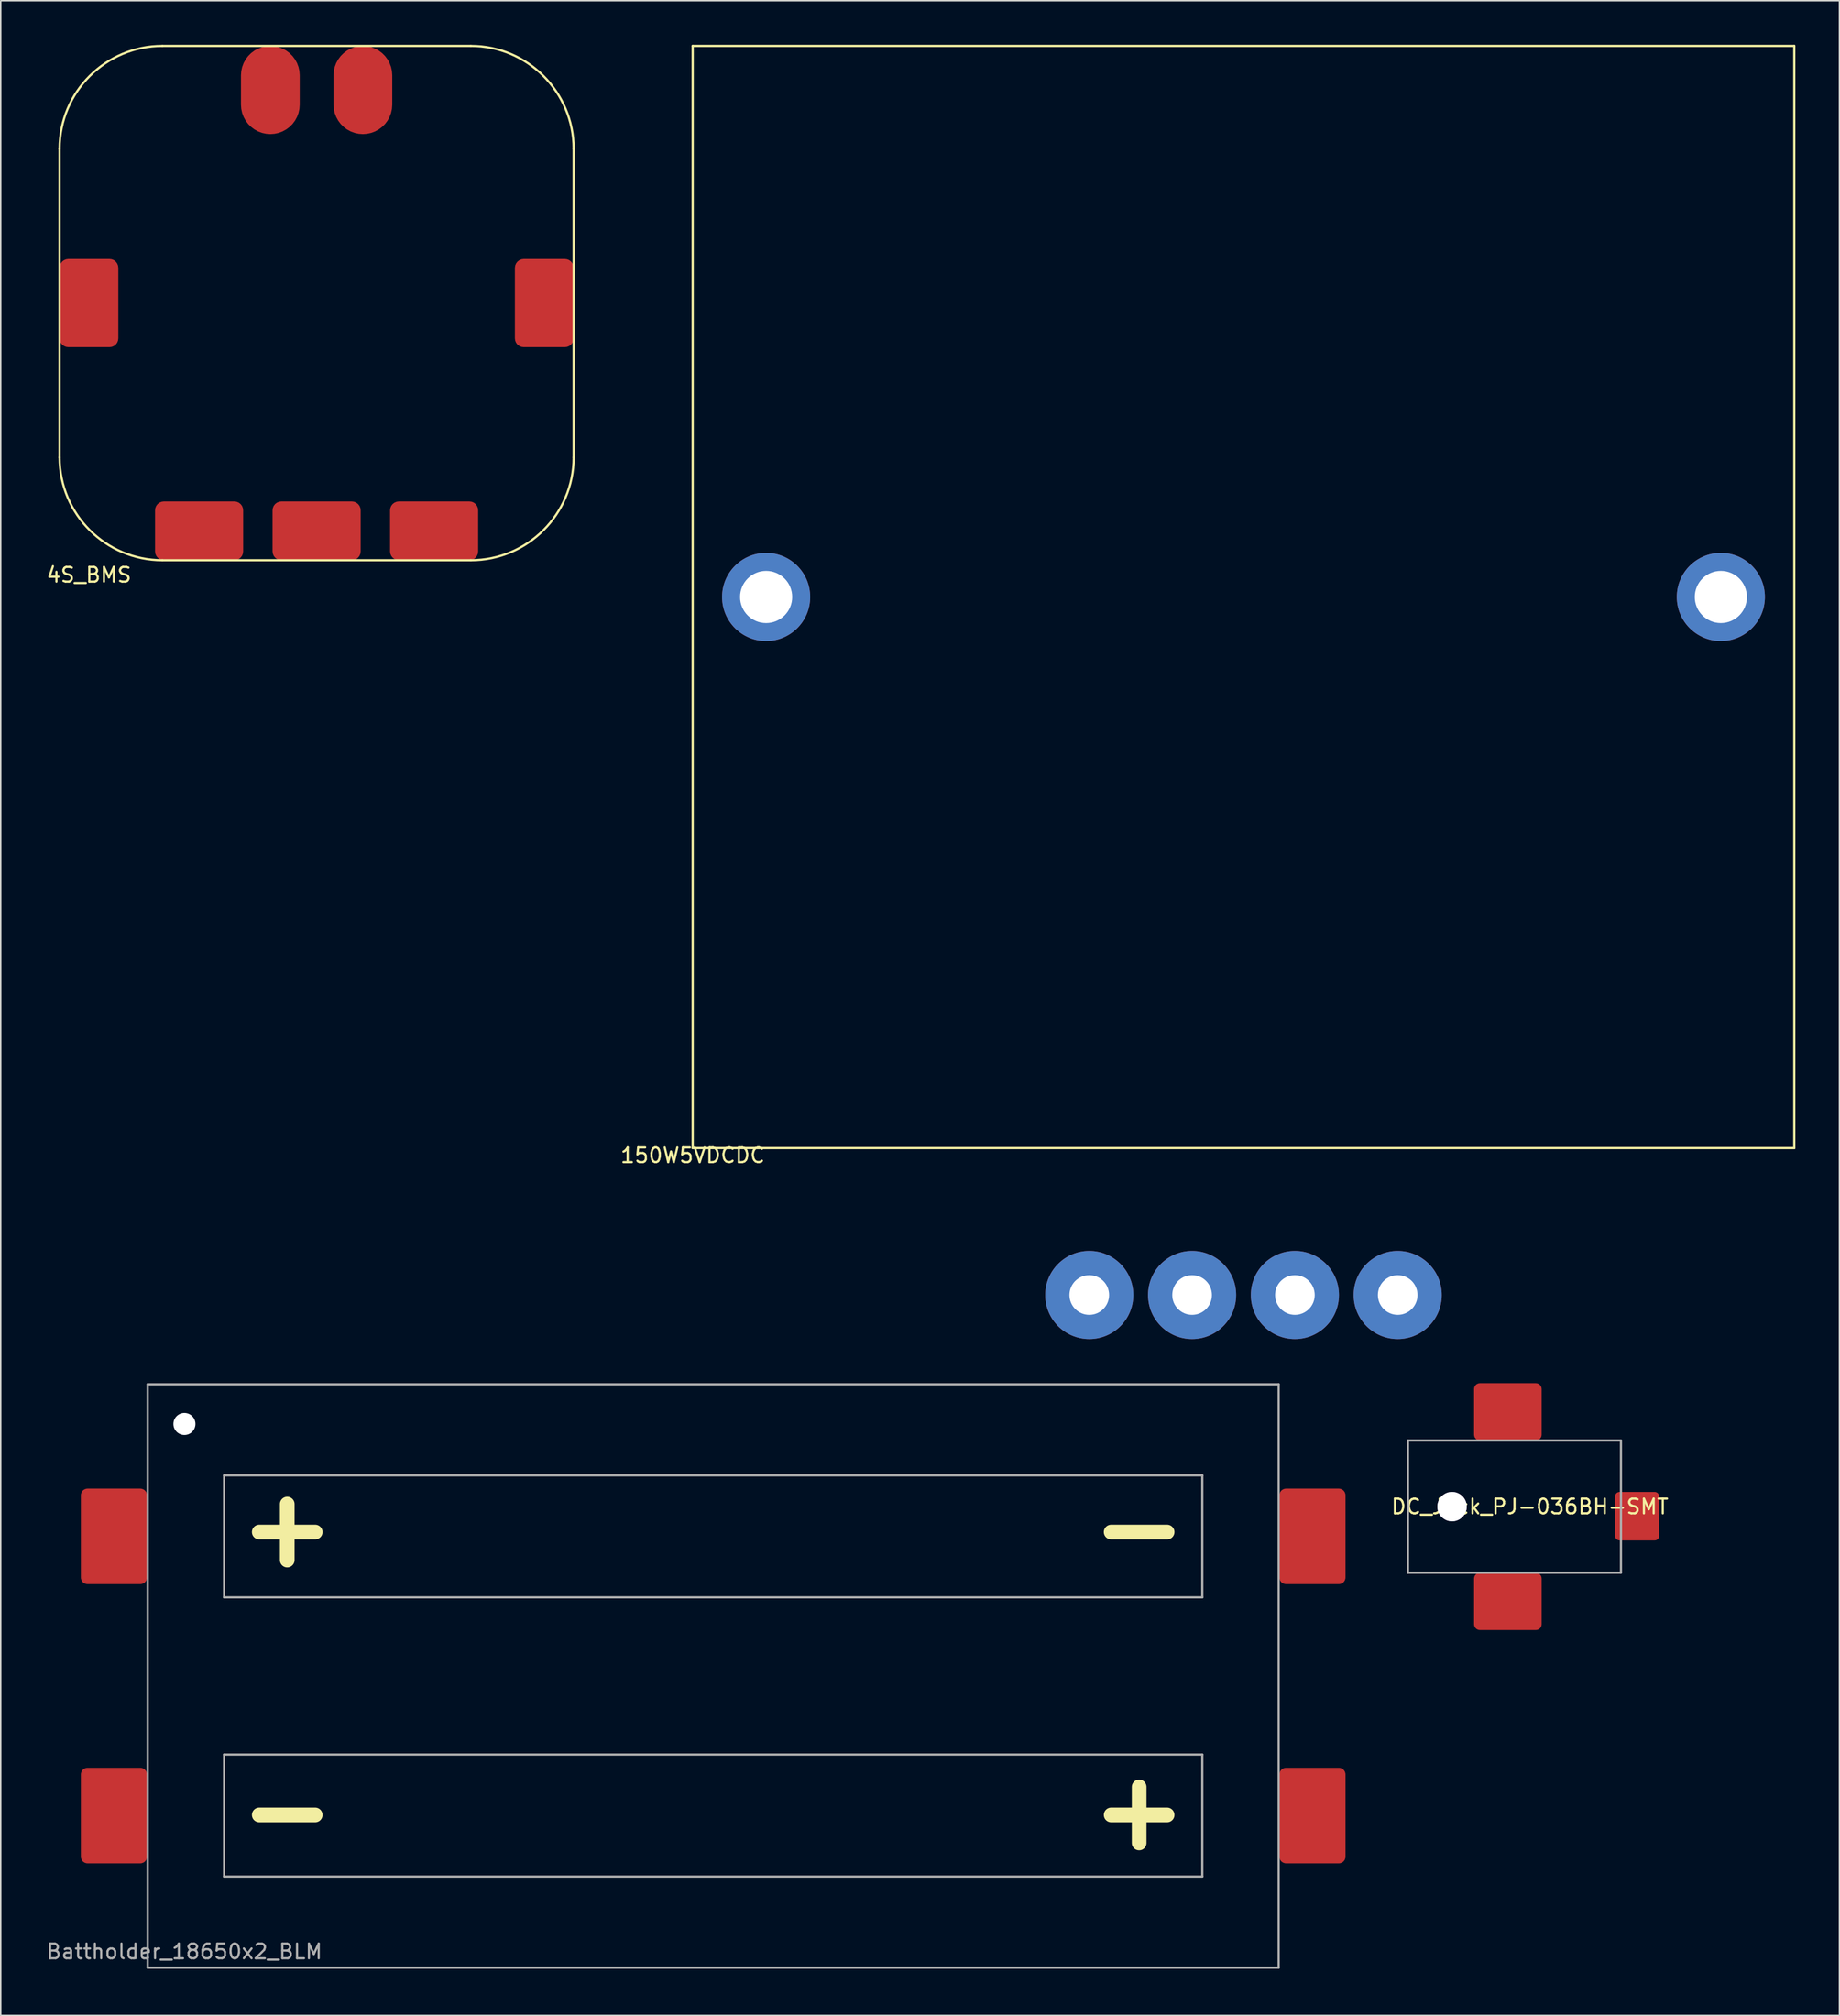
<source format=kicad_pcb>
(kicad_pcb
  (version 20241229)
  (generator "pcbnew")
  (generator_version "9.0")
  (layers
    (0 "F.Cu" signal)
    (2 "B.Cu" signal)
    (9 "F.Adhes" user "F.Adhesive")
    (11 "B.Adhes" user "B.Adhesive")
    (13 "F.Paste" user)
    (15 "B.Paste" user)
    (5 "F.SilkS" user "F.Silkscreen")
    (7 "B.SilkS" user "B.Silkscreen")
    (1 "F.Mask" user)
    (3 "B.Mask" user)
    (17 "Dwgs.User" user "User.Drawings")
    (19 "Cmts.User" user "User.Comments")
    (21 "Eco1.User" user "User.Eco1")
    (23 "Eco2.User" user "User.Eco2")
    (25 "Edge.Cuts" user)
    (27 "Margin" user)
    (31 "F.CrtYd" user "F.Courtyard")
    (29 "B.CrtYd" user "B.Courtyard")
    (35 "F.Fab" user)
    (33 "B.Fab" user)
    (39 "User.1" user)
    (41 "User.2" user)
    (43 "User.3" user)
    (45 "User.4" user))
  (footprint "4S_BMS"
    (layer "F.Cu")
    (at 1.006 35.075)
    (property "Reference" "4S_BMS" (at 2 1 0) (layer "F.SilkS") (effects (font (size 1 1) (thickness 0.15))))
    (attr through_hole)
    (fp_line (start 0 -28) (end 0 -7) (stroke (width 0.15) (type solid)) (layer "F.SilkS"))
    (fp_line (start 7 0) (end 28 0) (stroke (width 0.15) (type solid)) (layer "F.SilkS"))
    (fp_line (start 28 -35) (end 7 -35) (stroke (width 0.15) (type solid)) (layer "F.SilkS"))
    (fp_line (start 35 -7) (end 35 -28) (stroke (width 0.15) (type solid)) (layer "F.SilkS"))
    (fp_arc (start 0 -28) (mid 2.050253 -32.949747) (end 7 -35) (stroke (width 0.15) (type solid)) (layer "F.SilkS"))
    (fp_arc (start 7 0) (mid 2.050253 -2.050253) (end 0 -7) (stroke (width 0.15) (type solid)) (layer "F.SilkS"))
    (fp_arc (start 28 -35) (mid 32.949747 -32.949747) (end 35 -28) (stroke (width 0.15) (type solid)) (layer "F.SilkS"))
    (fp_arc (start 35 -7) (mid 32.949747 -2.050253) (end 28 0) (stroke (width 0.15) (type solid)) (layer "F.SilkS"))
    (pad "1" smd roundrect (at 2 -17.5 90) (size 6 4) (layers "F.Cu" "F.Mask" "F.Paste") (roundrect_rratio 0.15))
    (pad "2" smd roundrect (at 9.5 -2) (size 6 4) (layers "F.Cu" "F.Mask" "F.Paste") (roundrect_rratio 0.15))
    (pad "3" smd roundrect (at 17.5 -2) (size 6 4) (layers "F.Cu" "F.Mask" "F.Paste") (roundrect_rratio 0.15))
    (pad "4" smd roundrect (at 25.5 -2) (size 6 4) (layers "F.Cu" "F.Mask" "F.Paste") (roundrect_rratio 0.15))
    (pad "5" smd roundrect (at 33 -17.5 90) (size 6 4) (layers "F.Cu" "F.Mask" "F.Paste") (roundrect_rratio 0.15))
    (pad "6" smd roundrect (at 20.65 -32) (size 4 6) (layers "F.Cu" "F.Mask" "F.Paste") (roundrect_rratio 0.5))
    (pad "7" smd roundrect (at 14.35 -32) (size 4 6) (layers "F.Cu" "F.Mask" "F.Paste") (roundrect_rratio 0.5)))
  (footprint "DC_Jack_PJ-036BH-SMT"
    (layer "F.Cu")
    (at 92.81 99.475)
    (property "Reference" "DC_Jack_PJ-036BH-SMT" (at 8.3 0 0) (layer "F.SilkS") (effects (font (size 1 1) (thickness 0.15))))
    (attr through_hole)
    (fp_line (start 0 -4.5) (end 14.5 -4.5) (stroke (width 0.15) (type solid)) (layer "F.Fab"))
    (fp_line (start 0 4.5) (end 0 -4.5) (stroke (width 0.15) (type solid)) (layer "F.Fab"))
    (fp_line (start 14.5 -4.5) (end 14.5 4.5) (stroke (width 0.15) (type solid)) (layer "F.Fab"))
    (fp_line (start 14.5 4.5) (end 0 4.5) (stroke (width 0.15) (type solid)) (layer "F.Fab"))
    (pad "1" smd roundrect (at 15.6 0.65) (size 3 3.3) (layers "F.Cu" "F.Mask" "F.Paste") (roundrect_rratio 0.1))
    (pad "2" smd roundrect (at 6.8 -6.45) (size 4.6 3.9) (layers "F.Cu" "F.Mask" "F.Paste") (roundrect_rratio 0.1))
    (pad "3" smd roundrect (at 6.8 6.45) (size 4.6 3.9) (layers "F.Cu" "F.Mask" "F.Paste") (roundrect_rratio 0.1))
    (pad "~" thru_hole circle (at 3 0) (size 2 2) (drill 2) (layers "*.Cu" "*.Mask")))
  (footprint "Battholder_18650x2_BLM"
    (layer "F.Cu")
    (at 7.006 130.85)
    (property "Reference" "Battholder_18650x2_BLM" (at 2.5 -1.1 0) (layer "F.Fab") (effects (font (size 1 1) (thickness 0.15))))
    (attr through_hole)
    (fp_line (start 0 -39.7) (end 0 0) (stroke (width 0.15) (type solid)) (layer "F.Fab"))
    (fp_line (start 0 0) (end 77 0) (stroke (width 0.15) (type solid)) (layer "F.Fab"))
    (fp_line (start 5.2 -25.2) (end 5.2 -33.5) (stroke (width 0.15) (type solid)) (layer "F.Fab"))
    (fp_line (start 5.2 -25.2) (end 71.8 -25.2) (stroke (width 0.15) (type solid)) (layer "F.Fab"))
    (fp_line (start 5.2 -6.2) (end 5.2 -14.5) (stroke (width 0.15) (type solid)) (layer "F.Fab"))
    (fp_line (start 5.2 -6.2) (end 71.8 -6.2) (stroke (width 0.15) (type solid)) (layer "F.Fab"))
    (fp_line (start 71.8 -33.5) (end 5.2 -33.5) (stroke (width 0.15) (type solid)) (layer "F.Fab"))
    (fp_line (start 71.8 -25.2) (end 71.8 -33.5) (stroke (width 0.15) (type solid)) (layer "F.Fab"))
    (fp_line (start 71.8 -14.5) (end 5.2 -14.5) (stroke (width 0.15) (type solid)) (layer "F.Fab"))
    (fp_line (start 71.8 -6.2) (end 71.8 -14.5) (stroke (width 0.15) (type solid)) (layer "F.Fab"))
    (fp_line (start 77 -39.7) (end 0 -39.7) (stroke (width 0.15) (type solid)) (layer "F.Fab"))
    (fp_line (start 77 0) (end 77 -39.7) (stroke (width 0.15) (type solid)) (layer "F.Fab"))
    (fp_text user "-" (at 9.5 -10.75 0) (layer "F.SilkS") (effects (font (size 5 5) (thickness 1))))
    (fp_text user "+" (at 9.5 -30 0) (layer "F.SilkS") (effects (font (size 5 5) (thickness 1))))
    (fp_text user "+" (at 67.5 -10.75 0) (layer "F.SilkS") (effects (font (size 5 5) (thickness 1))))
    (fp_text user "-" (at 67.5 -30 0) (layer "F.SilkS") (effects (font (size 5 5) (thickness 1))))
    (pad "" np_thru_hole circle (at 2.5 -37) (size 1.5 1.5) (drill 1.5) (layers "*.Cu" "*.Mask"))
    (pad "1" smd roundrect (at -2.3 -29.35) (size 4.5 6.5) (layers "F.Cu" "F.Mask" "F.Paste") (roundrect_rratio 0.1))
    (pad "2" smd roundrect (at 79.3 -29.35) (size 4.5 6.5) (layers "F.Cu" "F.Mask" "F.Paste") (roundrect_rratio 0.1))
    (pad "3" smd roundrect (at 79.3 -10.35) (size 4.5 6.5) (layers "F.Cu" "F.Mask" "F.Paste") (roundrect_rratio 0.1))
    (pad "4" smd roundrect (at -2.3 -10.35) (size 4.5 6.5) (layers "F.Cu" "F.Mask" "F.Paste") (roundrect_rratio 0.1)))
  (footprint "150W5VDCDC"
    (layer "F.Cu")
    (at 44.111 75.075)
    (property "Reference" "150W5VDCDC" (at 0 0.5 0) (layer "F.SilkS") (effects (font (size 1 1) (thickness 0.15))))
    (attr through_hole)
    (fp_line (start 0 -75) (end 0 0) (stroke (width 0.15) (type solid)) (layer "F.SilkS"))
    (fp_line (start 0 0) (end 75 0) (stroke (width 0.15) (type solid)) (layer "F.SilkS"))
    (fp_line (start 75 -75) (end 0 -75) (stroke (width 0.15) (type solid)) (layer "F.SilkS"))
    (fp_line (start 75 0) (end 75 -75) (stroke (width 0.15) (type solid)) (layer "F.SilkS"))
    (pad "1" thru_hole circle (at 48 10) (size 6 6) (drill 2.7) (layers "*.Cu" "*.Mask"))
    (pad "2" thru_hole circle (at 41 10) (size 6 6) (drill 2.7) (layers "*.Cu" "*.Mask"))
    (pad "3" thru_hole circle (at 34 10) (size 6 6) (drill 2.7) (layers "*.Cu" "*.Mask"))
    (pad "4" thru_hole circle (at 27 10) (size 6 6) (drill 2.7) (layers "*.Cu" "*.Mask"))
    (pad "5" thru_hole circle (at 5 -37.5) (size 6 6) (drill 3.55) (layers "*.Cu" "*.Mask"))
    (pad "6" thru_hole circle (at 70 -37.5) (size 6 6) (drill 3.55) (layers "*.Cu" "*.Mask")))
  (gr_rect
    (start -3 -3)
    (end 122.186 134.1)
    (stroke (width 0.1) (type default))
    (fill no)
    (layer "Edge.Cuts")))
</source>
